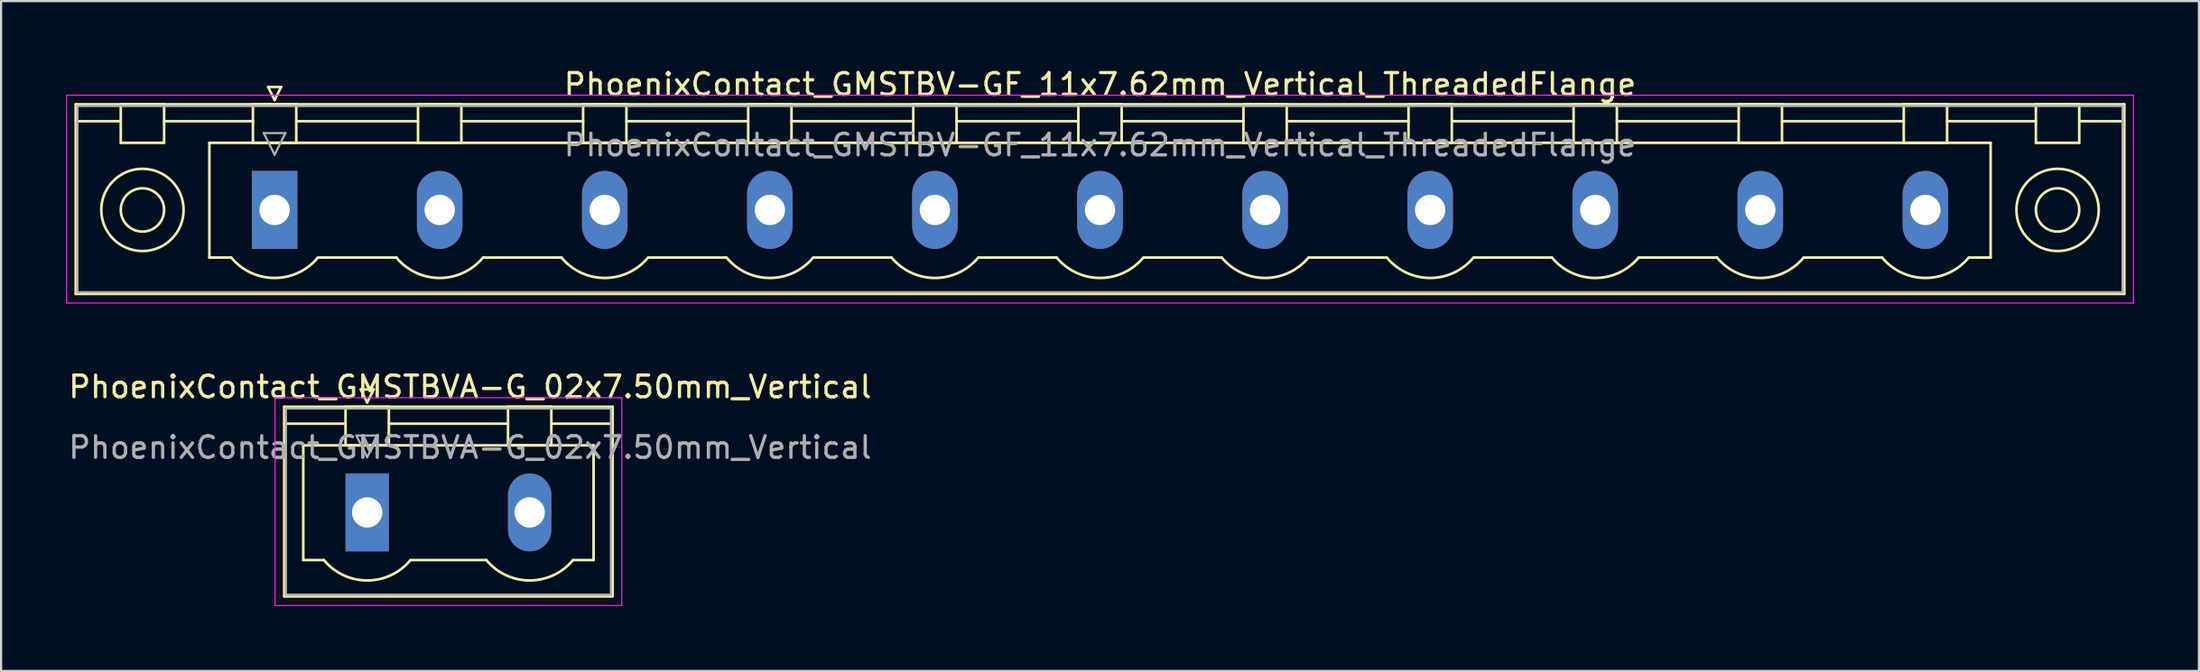
<source format=kicad_pcb>
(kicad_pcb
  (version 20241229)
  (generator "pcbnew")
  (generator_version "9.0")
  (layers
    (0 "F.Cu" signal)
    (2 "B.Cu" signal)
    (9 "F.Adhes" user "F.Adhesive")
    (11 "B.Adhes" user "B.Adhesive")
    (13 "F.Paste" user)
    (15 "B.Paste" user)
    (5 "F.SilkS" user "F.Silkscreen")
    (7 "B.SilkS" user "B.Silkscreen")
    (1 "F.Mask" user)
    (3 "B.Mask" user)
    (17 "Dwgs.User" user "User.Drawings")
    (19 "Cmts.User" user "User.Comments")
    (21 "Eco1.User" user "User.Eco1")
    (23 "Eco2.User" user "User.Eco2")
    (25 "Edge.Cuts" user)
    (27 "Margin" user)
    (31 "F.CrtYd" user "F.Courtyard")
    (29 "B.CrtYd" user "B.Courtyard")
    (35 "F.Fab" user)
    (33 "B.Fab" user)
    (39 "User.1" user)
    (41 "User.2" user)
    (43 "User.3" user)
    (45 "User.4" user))
  (footprint "PhoenixContact_GMSTBV-GF_11x7.62mm_Vertical_ThreadedFlange"
    (layer "F.Cu")
    (at 9.625 6.648)
    (property "Reference" "PhoenixContact_GMSTBV-GF_11x7.62mm_Vertical_ThreadedFlange" (at 38.1 -5.8 0) (layer "F.SilkS") (effects (font (size 1 1) (thickness 0.15))))
    (attr through_hole)
    (fp_line (start -9.18 -4.88) (end -9.18 3.88) (stroke (width 0.12) (type solid)) (layer "F.SilkS"))
    (fp_line (start -9.18 -4.1) (end -7.18 -4.1) (stroke (width 0.12) (type solid)) (layer "F.SilkS"))
    (fp_line (start -9.18 3.88) (end 85.38 3.88) (stroke (width 0.12) (type solid)) (layer "F.SilkS"))
    (fp_line (start -7.1 -4.88) (end -5.1 -4.88) (stroke (width 0.12) (type solid)) (layer "F.SilkS"))
    (fp_line (start -7.1 -3.1) (end -7.1 -4.88) (stroke (width 0.12) (type solid)) (layer "F.SilkS"))
    (fp_line (start -5.1 -4.88) (end -5.1 -3.1) (stroke (width 0.12) (type solid)) (layer "F.SilkS"))
    (fp_line (start -5.1 -4.1) (end -1 -4.1) (stroke (width 0.12) (type solid)) (layer "F.SilkS"))
    (fp_line (start -5.1 -3.1) (end -7.1 -3.1) (stroke (width 0.12) (type solid)) (layer "F.SilkS"))
    (fp_line (start -3.01 -3.1) (end 79.21 -3.1) (stroke (width 0.12) (type solid)) (layer "F.SilkS"))
    (fp_line (start -3.01 2.2) (end -3.01 -3.1) (stroke (width 0.12) (type solid)) (layer "F.SilkS"))
    (fp_line (start -2 2.2) (end -3.01 2.2) (stroke (width 0.12) (type solid)) (layer "F.SilkS"))
    (fp_line (start -1 -4.88) (end 1 -4.88) (stroke (width 0.12) (type solid)) (layer "F.SilkS"))
    (fp_line (start -1 -3.1) (end -1 -4.88) (stroke (width 0.12) (type solid)) (layer "F.SilkS"))
    (fp_line (start -0.3 -5.68) (end 0.3 -5.68) (stroke (width 0.12) (type solid)) (layer "F.SilkS"))
    (fp_line (start 0 -5.08) (end -0.3 -5.68) (stroke (width 0.12) (type solid)) (layer "F.SilkS"))
    (fp_line (start 0.3 -5.68) (end 0 -5.08) (stroke (width 0.12) (type solid)) (layer "F.SilkS"))
    (fp_line (start 1 -4.88) (end 1 -3.1) (stroke (width 0.12) (type solid)) (layer "F.SilkS"))
    (fp_line (start 1 -4.1) (end 6.62 -4.1) (stroke (width 0.12) (type solid)) (layer "F.SilkS"))
    (fp_line (start 1 -3.1) (end -1 -3.1) (stroke (width 0.12) (type solid)) (layer "F.SilkS"))
    (fp_line (start 2 2.2) (end 5.62 2.2) (stroke (width 0.12) (type solid)) (layer "F.SilkS"))
    (fp_line (start 6.62 -4.88) (end 8.62 -4.88) (stroke (width 0.12) (type solid)) (layer "F.SilkS"))
    (fp_line (start 6.62 -3.1) (end 6.62 -4.88) (stroke (width 0.12) (type solid)) (layer "F.SilkS"))
    (fp_line (start 8.62 -4.88) (end 8.62 -3.1) (stroke (width 0.12) (type solid)) (layer "F.SilkS"))
    (fp_line (start 8.62 -4.1) (end 14.24 -4.1) (stroke (width 0.12) (type solid)) (layer "F.SilkS"))
    (fp_line (start 8.62 -3.1) (end 6.62 -3.1) (stroke (width 0.12) (type solid)) (layer "F.SilkS"))
    (fp_line (start 9.62 2.2) (end 13.24 2.2) (stroke (width 0.12) (type solid)) (layer "F.SilkS"))
    (fp_line (start 14.24 -4.88) (end 16.24 -4.88) (stroke (width 0.12) (type solid)) (layer "F.SilkS"))
    (fp_line (start 14.24 -3.1) (end 14.24 -4.88) (stroke (width 0.12) (type solid)) (layer "F.SilkS"))
    (fp_line (start 16.24 -4.88) (end 16.24 -3.1) (stroke (width 0.12) (type solid)) (layer "F.SilkS"))
    (fp_line (start 16.24 -4.1) (end 21.86 -4.1) (stroke (width 0.12) (type solid)) (layer "F.SilkS"))
    (fp_line (start 16.24 -3.1) (end 14.24 -3.1) (stroke (width 0.12) (type solid)) (layer "F.SilkS"))
    (fp_line (start 17.24 2.2) (end 20.86 2.2) (stroke (width 0.12) (type solid)) (layer "F.SilkS"))
    (fp_line (start 21.86 -4.88) (end 23.86 -4.88) (stroke (width 0.12) (type solid)) (layer "F.SilkS"))
    (fp_line (start 21.86 -3.1) (end 21.86 -4.88) (stroke (width 0.12) (type solid)) (layer "F.SilkS"))
    (fp_line (start 23.86 -4.88) (end 23.86 -3.1) (stroke (width 0.12) (type solid)) (layer "F.SilkS"))
    (fp_line (start 23.86 -4.1) (end 29.48 -4.1) (stroke (width 0.12) (type solid)) (layer "F.SilkS"))
    (fp_line (start 23.86 -3.1) (end 21.86 -3.1) (stroke (width 0.12) (type solid)) (layer "F.SilkS"))
    (fp_line (start 24.86 2.2) (end 28.48 2.2) (stroke (width 0.12) (type solid)) (layer "F.SilkS"))
    (fp_line (start 29.48 -4.88) (end 31.48 -4.88) (stroke (width 0.12) (type solid)) (layer "F.SilkS"))
    (fp_line (start 29.48 -3.1) (end 29.48 -4.88) (stroke (width 0.12) (type solid)) (layer "F.SilkS"))
    (fp_line (start 31.48 -4.88) (end 31.48 -3.1) (stroke (width 0.12) (type solid)) (layer "F.SilkS"))
    (fp_line (start 31.48 -4.1) (end 37.1 -4.1) (stroke (width 0.12) (type solid)) (layer "F.SilkS"))
    (fp_line (start 31.48 -3.1) (end 29.48 -3.1) (stroke (width 0.12) (type solid)) (layer "F.SilkS"))
    (fp_line (start 32.48 2.2) (end 36.1 2.2) (stroke (width 0.12) (type solid)) (layer "F.SilkS"))
    (fp_line (start 37.1 -4.88) (end 39.1 -4.88) (stroke (width 0.12) (type solid)) (layer "F.SilkS"))
    (fp_line (start 37.1 -3.1) (end 37.1 -4.88) (stroke (width 0.12) (type solid)) (layer "F.SilkS"))
    (fp_line (start 39.1 -4.88) (end 39.1 -3.1) (stroke (width 0.12) (type solid)) (layer "F.SilkS"))
    (fp_line (start 39.1 -4.1) (end 44.72 -4.1) (stroke (width 0.12) (type solid)) (layer "F.SilkS"))
    (fp_line (start 39.1 -3.1) (end 37.1 -3.1) (stroke (width 0.12) (type solid)) (layer "F.SilkS"))
    (fp_line (start 40.1 2.2) (end 43.72 2.2) (stroke (width 0.12) (type solid)) (layer "F.SilkS"))
    (fp_line (start 44.72 -4.88) (end 46.72 -4.88) (stroke (width 0.12) (type solid)) (layer "F.SilkS"))
    (fp_line (start 44.72 -3.1) (end 44.72 -4.88) (stroke (width 0.12) (type solid)) (layer "F.SilkS"))
    (fp_line (start 46.72 -4.88) (end 46.72 -3.1) (stroke (width 0.12) (type solid)) (layer "F.SilkS"))
    (fp_line (start 46.72 -4.1) (end 52.34 -4.1) (stroke (width 0.12) (type solid)) (layer "F.SilkS"))
    (fp_line (start 46.72 -3.1) (end 44.72 -3.1) (stroke (width 0.12) (type solid)) (layer "F.SilkS"))
    (fp_line (start 47.72 2.2) (end 51.34 2.2) (stroke (width 0.12) (type solid)) (layer "F.SilkS"))
    (fp_line (start 52.34 -4.88) (end 54.34 -4.88) (stroke (width 0.12) (type solid)) (layer "F.SilkS"))
    (fp_line (start 52.34 -3.1) (end 52.34 -4.88) (stroke (width 0.12) (type solid)) (layer "F.SilkS"))
    (fp_line (start 54.34 -4.88) (end 54.34 -3.1) (stroke (width 0.12) (type solid)) (layer "F.SilkS"))
    (fp_line (start 54.34 -4.1) (end 59.96 -4.1) (stroke (width 0.12) (type solid)) (layer "F.SilkS"))
    (fp_line (start 54.34 -3.1) (end 52.34 -3.1) (stroke (width 0.12) (type solid)) (layer "F.SilkS"))
    (fp_line (start 55.34 2.2) (end 58.96 2.2) (stroke (width 0.12) (type solid)) (layer "F.SilkS"))
    (fp_line (start 59.96 -4.88) (end 61.96 -4.88) (stroke (width 0.12) (type solid)) (layer "F.SilkS"))
    (fp_line (start 59.96 -3.1) (end 59.96 -4.88) (stroke (width 0.12) (type solid)) (layer "F.SilkS"))
    (fp_line (start 61.96 -4.88) (end 61.96 -3.1) (stroke (width 0.12) (type solid)) (layer "F.SilkS"))
    (fp_line (start 61.96 -4.1) (end 67.58 -4.1) (stroke (width 0.12) (type solid)) (layer "F.SilkS"))
    (fp_line (start 61.96 -3.1) (end 59.96 -3.1) (stroke (width 0.12) (type solid)) (layer "F.SilkS"))
    (fp_line (start 62.96 2.2) (end 66.58 2.2) (stroke (width 0.12) (type solid)) (layer "F.SilkS"))
    (fp_line (start 67.58 -4.88) (end 69.58 -4.88) (stroke (width 0.12) (type solid)) (layer "F.SilkS"))
    (fp_line (start 67.58 -3.1) (end 67.58 -4.88) (stroke (width 0.12) (type solid)) (layer "F.SilkS"))
    (fp_line (start 69.58 -4.88) (end 69.58 -3.1) (stroke (width 0.12) (type solid)) (layer "F.SilkS"))
    (fp_line (start 69.58 -4.1) (end 75.2 -4.1) (stroke (width 0.12) (type solid)) (layer "F.SilkS"))
    (fp_line (start 69.58 -3.1) (end 67.58 -3.1) (stroke (width 0.12) (type solid)) (layer "F.SilkS"))
    (fp_line (start 70.58 2.2) (end 74.2 2.2) (stroke (width 0.12) (type solid)) (layer "F.SilkS"))
    (fp_line (start 75.2 -4.88) (end 77.2 -4.88) (stroke (width 0.12) (type solid)) (layer "F.SilkS"))
    (fp_line (start 75.2 -3.1) (end 75.2 -4.88) (stroke (width 0.12) (type solid)) (layer "F.SilkS"))
    (fp_line (start 77.2 -4.88) (end 77.2 -3.1) (stroke (width 0.12) (type solid)) (layer "F.SilkS"))
    (fp_line (start 77.2 -4.1) (end 81.3 -4.1) (stroke (width 0.12) (type solid)) (layer "F.SilkS"))
    (fp_line (start 77.2 -3.1) (end 75.2 -3.1) (stroke (width 0.12) (type solid)) (layer "F.SilkS"))
    (fp_line (start 79.21 -3.1) (end 79.21 2.2) (stroke (width 0.12) (type solid)) (layer "F.SilkS"))
    (fp_line (start 79.21 2.2) (end 78.2 2.2) (stroke (width 0.12) (type solid)) (layer "F.SilkS"))
    (fp_line (start 81.3 -4.88) (end 83.3 -4.88) (stroke (width 0.12) (type solid)) (layer "F.SilkS"))
    (fp_line (start 81.3 -3.1) (end 81.3 -4.88) (stroke (width 0.12) (type solid)) (layer "F.SilkS"))
    (fp_line (start 83.3 -4.88) (end 83.3 -3.1) (stroke (width 0.12) (type solid)) (layer "F.SilkS"))
    (fp_line (start 83.3 -3.1) (end 81.3 -3.1) (stroke (width 0.12) (type solid)) (layer "F.SilkS"))
    (fp_line (start 85.38 -4.88) (end -9.18 -4.88) (stroke (width 0.12) (type solid)) (layer "F.SilkS"))
    (fp_line (start 85.38 -4.1) (end 83.38 -4.1) (stroke (width 0.12) (type solid)) (layer "F.SilkS"))
    (fp_line (start 85.38 3.88) (end 85.38 -4.88) (stroke (width 0.12) (type solid)) (layer "F.SilkS"))
    (fp_arc (start 1.986842 2.215821) (mid -0.010289 3.142758) (end -2 2.2) (stroke (width 0.12) (type solid)) (layer "F.SilkS"))
    (fp_arc (start 9.606842 2.215821) (mid 7.609711 3.142758) (end 5.62 2.2) (stroke (width 0.12) (type solid)) (layer "F.SilkS"))
    (fp_arc (start 17.226842 2.215821) (mid 15.229711 3.142758) (end 13.24 2.2) (stroke (width 0.12) (type solid)) (layer "F.SilkS"))
    (fp_arc (start 24.846842 2.215821) (mid 22.849711 3.142758) (end 20.86 2.2) (stroke (width 0.12) (type solid)) (layer "F.SilkS"))
    (fp_arc (start 32.466842 2.215821) (mid 30.469711 3.142758) (end 28.48 2.2) (stroke (width 0.12) (type solid)) (layer "F.SilkS"))
    (fp_arc (start 40.086842 2.215821) (mid 38.089711 3.142758) (end 36.1 2.2) (stroke (width 0.12) (type solid)) (layer "F.SilkS"))
    (fp_arc (start 47.706842 2.215821) (mid 45.709711 3.142758) (end 43.72 2.2) (stroke (width 0.12) (type solid)) (layer "F.SilkS"))
    (fp_arc (start 55.326842 2.215821) (mid 53.329711 3.142758) (end 51.34 2.2) (stroke (width 0.12) (type solid)) (layer "F.SilkS"))
    (fp_arc (start 62.946842 2.215821) (mid 60.949711 3.142758) (end 58.96 2.2) (stroke (width 0.12) (type solid)) (layer "F.SilkS"))
    (fp_arc (start 70.566842 2.215821) (mid 68.569711 3.142758) (end 66.58 2.2) (stroke (width 0.12) (type solid)) (layer "F.SilkS"))
    (fp_arc (start 78.186842 2.215821) (mid 76.189711 3.142758) (end 74.2 2.2) (stroke (width 0.12) (type solid)) (layer "F.SilkS"))
    (fp_circle (center -6.1 0) (end -5.1 0) (stroke (width 0.12) (type solid)) (fill no) (layer "F.SilkS"))
    (fp_circle (center -6.1 0) (end -4.2 0) (stroke (width 0.12) (type solid)) (fill no) (layer "F.SilkS"))
    (fp_circle (center 82.3 0) (end 83.3 0) (stroke (width 0.12) (type solid)) (fill no) (layer "F.SilkS"))
    (fp_circle (center 82.3 0) (end 84.2 0) (stroke (width 0.12) (type solid)) (fill no) (layer "F.SilkS"))
    (fp_line (start -9.6 -5.3) (end -9.6 4.3) (stroke (width 0.05) (type solid)) (layer "F.CrtYd"))
    (fp_line (start -9.6 4.3) (end 85.8 4.3) (stroke (width 0.05) (type solid)) (layer "F.CrtYd"))
    (fp_line (start 85.8 -5.3) (end -9.6 -5.3) (stroke (width 0.05) (type solid)) (layer "F.CrtYd"))
    (fp_line (start 85.8 4.3) (end 85.8 -5.3) (stroke (width 0.05) (type solid)) (layer "F.CrtYd"))
    (fp_line (start -9.1 -4.8) (end -9.1 3.8) (stroke (width 0.1) (type solid)) (layer "F.Fab"))
    (fp_line (start -9.1 3.8) (end 85.3 3.8) (stroke (width 0.1) (type solid)) (layer "F.Fab"))
    (fp_line (start -0.5 -3.55) (end 0.5 -3.55) (stroke (width 0.1) (type solid)) (layer "F.Fab"))
    (fp_line (start 0 -2.55) (end -0.5 -3.55) (stroke (width 0.1) (type solid)) (layer "F.Fab"))
    (fp_line (start 0.5 -3.55) (end 0 -2.55) (stroke (width 0.1) (type solid)) (layer "F.Fab"))
    (fp_line (start 85.3 -4.8) (end -9.1 -4.8) (stroke (width 0.1) (type solid)) (layer "F.Fab"))
    (fp_line (start 85.3 3.8) (end 85.3 -4.8) (stroke (width 0.1) (type solid)) (layer "F.Fab"))
    (fp_text user "${REFERENCE}" (at 38.1 -3 0) (layer "F.Fab") (effects (font (size 1 1) (thickness 0.15))))
    (pad "1" thru_hole rect (at 0 0) (size 2.1 3.6) (drill 1.4) (layers "*.Cu" "*.Mask"))
    (pad "2" thru_hole oval (at 7.62 0) (size 2.1 3.6) (drill 1.4) (layers "*.Cu" "*.Mask"))
    (pad "3" thru_hole oval (at 15.24 0) (size 2.1 3.6) (drill 1.4) (layers "*.Cu" "*.Mask"))
    (pad "4" thru_hole oval (at 22.86 0) (size 2.1 3.6) (drill 1.4) (layers "*.Cu" "*.Mask"))
    (pad "5" thru_hole oval (at 30.48 0) (size 2.1 3.6) (drill 1.4) (layers "*.Cu" "*.Mask"))
    (pad "6" thru_hole oval (at 38.1 0) (size 2.1 3.6) (drill 1.4) (layers "*.Cu" "*.Mask"))
    (pad "7" thru_hole oval (at 45.72 0) (size 2.1 3.6) (drill 1.4) (layers "*.Cu" "*.Mask"))
    (pad "8" thru_hole oval (at 53.34 0) (size 2.1 3.6) (drill 1.4) (layers "*.Cu" "*.Mask"))
    (pad "9" thru_hole oval (at 60.96 0) (size 2.1 3.6) (drill 1.4) (layers "*.Cu" "*.Mask"))
    (pad "10" thru_hole oval (at 68.58 0) (size 2.1 3.6) (drill 1.4) (layers "*.Cu" "*.Mask"))
    (pad "11" thru_hole oval (at 76.2 0) (size 2.1 3.6) (drill 1.4) (layers "*.Cu" "*.Mask")))
  (footprint "PhoenixContact_GMSTBVA-G_02x7.50mm_Vertical"
    (layer "F.Cu")
    (at 13.899 20.622)
    (property "Reference" "PhoenixContact_GMSTBVA-G_02x7.50mm_Vertical" (at 4.75 -5.8 0) (layer "F.SilkS") (effects (font (size 1 1) (thickness 0.15))))
    (attr through_hole)
    (fp_line (start -3.83 -4.88) (end -3.83 3.88) (stroke (width 0.12) (type solid)) (layer "F.SilkS"))
    (fp_line (start -3.83 -4.1) (end -1.08 -4.1) (stroke (width 0.12) (type solid)) (layer "F.SilkS"))
    (fp_line (start -3.83 3.88) (end 11.33 3.88) (stroke (width 0.12) (type solid)) (layer "F.SilkS"))
    (fp_line (start -2.95 -3.1) (end 10.45 -3.1) (stroke (width 0.12) (type solid)) (layer "F.SilkS"))
    (fp_line (start -2.95 2.2) (end -2.95 -3.1) (stroke (width 0.12) (type solid)) (layer "F.SilkS"))
    (fp_line (start -2 2.2) (end -2.95 2.2) (stroke (width 0.12) (type solid)) (layer "F.SilkS"))
    (fp_line (start -1 -4.88) (end 1 -4.88) (stroke (width 0.12) (type solid)) (layer "F.SilkS"))
    (fp_line (start -1 -3.1) (end -1 -4.88) (stroke (width 0.12) (type solid)) (layer "F.SilkS"))
    (fp_line (start -0.3 -5.68) (end 0.3 -5.68) (stroke (width 0.12) (type solid)) (layer "F.SilkS"))
    (fp_line (start 0 -5.08) (end -0.3 -5.68) (stroke (width 0.12) (type solid)) (layer "F.SilkS"))
    (fp_line (start 0.3 -5.68) (end 0 -5.08) (stroke (width 0.12) (type solid)) (layer "F.SilkS"))
    (fp_line (start 1 -4.88) (end 1 -3.1) (stroke (width 0.12) (type solid)) (layer "F.SilkS"))
    (fp_line (start 1 -4.1) (end 6.5 -4.1) (stroke (width 0.12) (type solid)) (layer "F.SilkS"))
    (fp_line (start 1 -3.1) (end -1 -3.1) (stroke (width 0.12) (type solid)) (layer "F.SilkS"))
    (fp_line (start 2 2.2) (end 5.5 2.2) (stroke (width 0.12) (type solid)) (layer "F.SilkS"))
    (fp_line (start 6.5 -4.88) (end 8.5 -4.88) (stroke (width 0.12) (type solid)) (layer "F.SilkS"))
    (fp_line (start 6.5 -3.1) (end 6.5 -4.88) (stroke (width 0.12) (type solid)) (layer "F.SilkS"))
    (fp_line (start 8.5 -4.88) (end 8.5 -3.1) (stroke (width 0.12) (type solid)) (layer "F.SilkS"))
    (fp_line (start 8.5 -3.1) (end 6.5 -3.1) (stroke (width 0.12) (type solid)) (layer "F.SilkS"))
    (fp_line (start 10.45 -3.1) (end 10.45 2.2) (stroke (width 0.12) (type solid)) (layer "F.SilkS"))
    (fp_line (start 10.45 2.2) (end 9.5 2.2) (stroke (width 0.12) (type solid)) (layer "F.SilkS"))
    (fp_line (start 11.33 -4.88) (end -3.83 -4.88) (stroke (width 0.12) (type solid)) (layer "F.SilkS"))
    (fp_line (start 11.33 -4.1) (end 8.58 -4.1) (stroke (width 0.12) (type solid)) (layer "F.SilkS"))
    (fp_line (start 11.33 3.88) (end 11.33 -4.88) (stroke (width 0.12) (type solid)) (layer "F.SilkS"))
    (fp_arc (start 1.986842 2.215821) (mid -0.010289 3.142758) (end -2 2.2) (stroke (width 0.12) (type solid)) (layer "F.SilkS"))
    (fp_arc (start 9.486842 2.215821) (mid 7.489711 3.142758) (end 5.5 2.2) (stroke (width 0.12) (type solid)) (layer "F.SilkS"))
    (fp_line (start -4.25 -5.3) (end -4.25 4.3) (stroke (width 0.05) (type solid)) (layer "F.CrtYd"))
    (fp_line (start -4.25 4.3) (end 11.75 4.3) (stroke (width 0.05) (type solid)) (layer "F.CrtYd"))
    (fp_line (start 11.75 -5.3) (end -4.25 -5.3) (stroke (width 0.05) (type solid)) (layer "F.CrtYd"))
    (fp_line (start 11.75 4.3) (end 11.75 -5.3) (stroke (width 0.05) (type solid)) (layer "F.CrtYd"))
    (fp_line (start -3.75 -4.8) (end -3.75 3.8) (stroke (width 0.1) (type solid)) (layer "F.Fab"))
    (fp_line (start -3.75 3.8) (end 11.25 3.8) (stroke (width 0.1) (type solid)) (layer "F.Fab"))
    (fp_line (start -0.5 -3.55) (end 0.5 -3.55) (stroke (width 0.1) (type solid)) (layer "F.Fab"))
    (fp_line (start 0 -2.55) (end -0.5 -3.55) (stroke (width 0.1) (type solid)) (layer "F.Fab"))
    (fp_line (start 0.5 -3.55) (end 0 -2.55) (stroke (width 0.1) (type solid)) (layer "F.Fab"))
    (fp_line (start 11.25 -4.8) (end -3.75 -4.8) (stroke (width 0.1) (type solid)) (layer "F.Fab"))
    (fp_line (start 11.25 3.8) (end 11.25 -4.8) (stroke (width 0.1) (type solid)) (layer "F.Fab"))
    (fp_text user "${REFERENCE}" (at 4.75 -3 0) (layer "F.Fab") (effects (font (size 1 1) (thickness 0.15))))
    (pad "1" thru_hole rect (at 0 0) (size 2 3.6) (drill 1.4) (layers "*.Cu" "*.Mask"))
    (pad "2" thru_hole oval (at 7.5 0) (size 2 3.6) (drill 1.4) (layers "*.Cu" "*.Mask")))
  (gr_rect
    (start -3 -3)
    (end 98.45 27.947)
    (stroke (width 0.1) (type default))
    (fill no)
    (layer "Edge.Cuts")))
</source>
